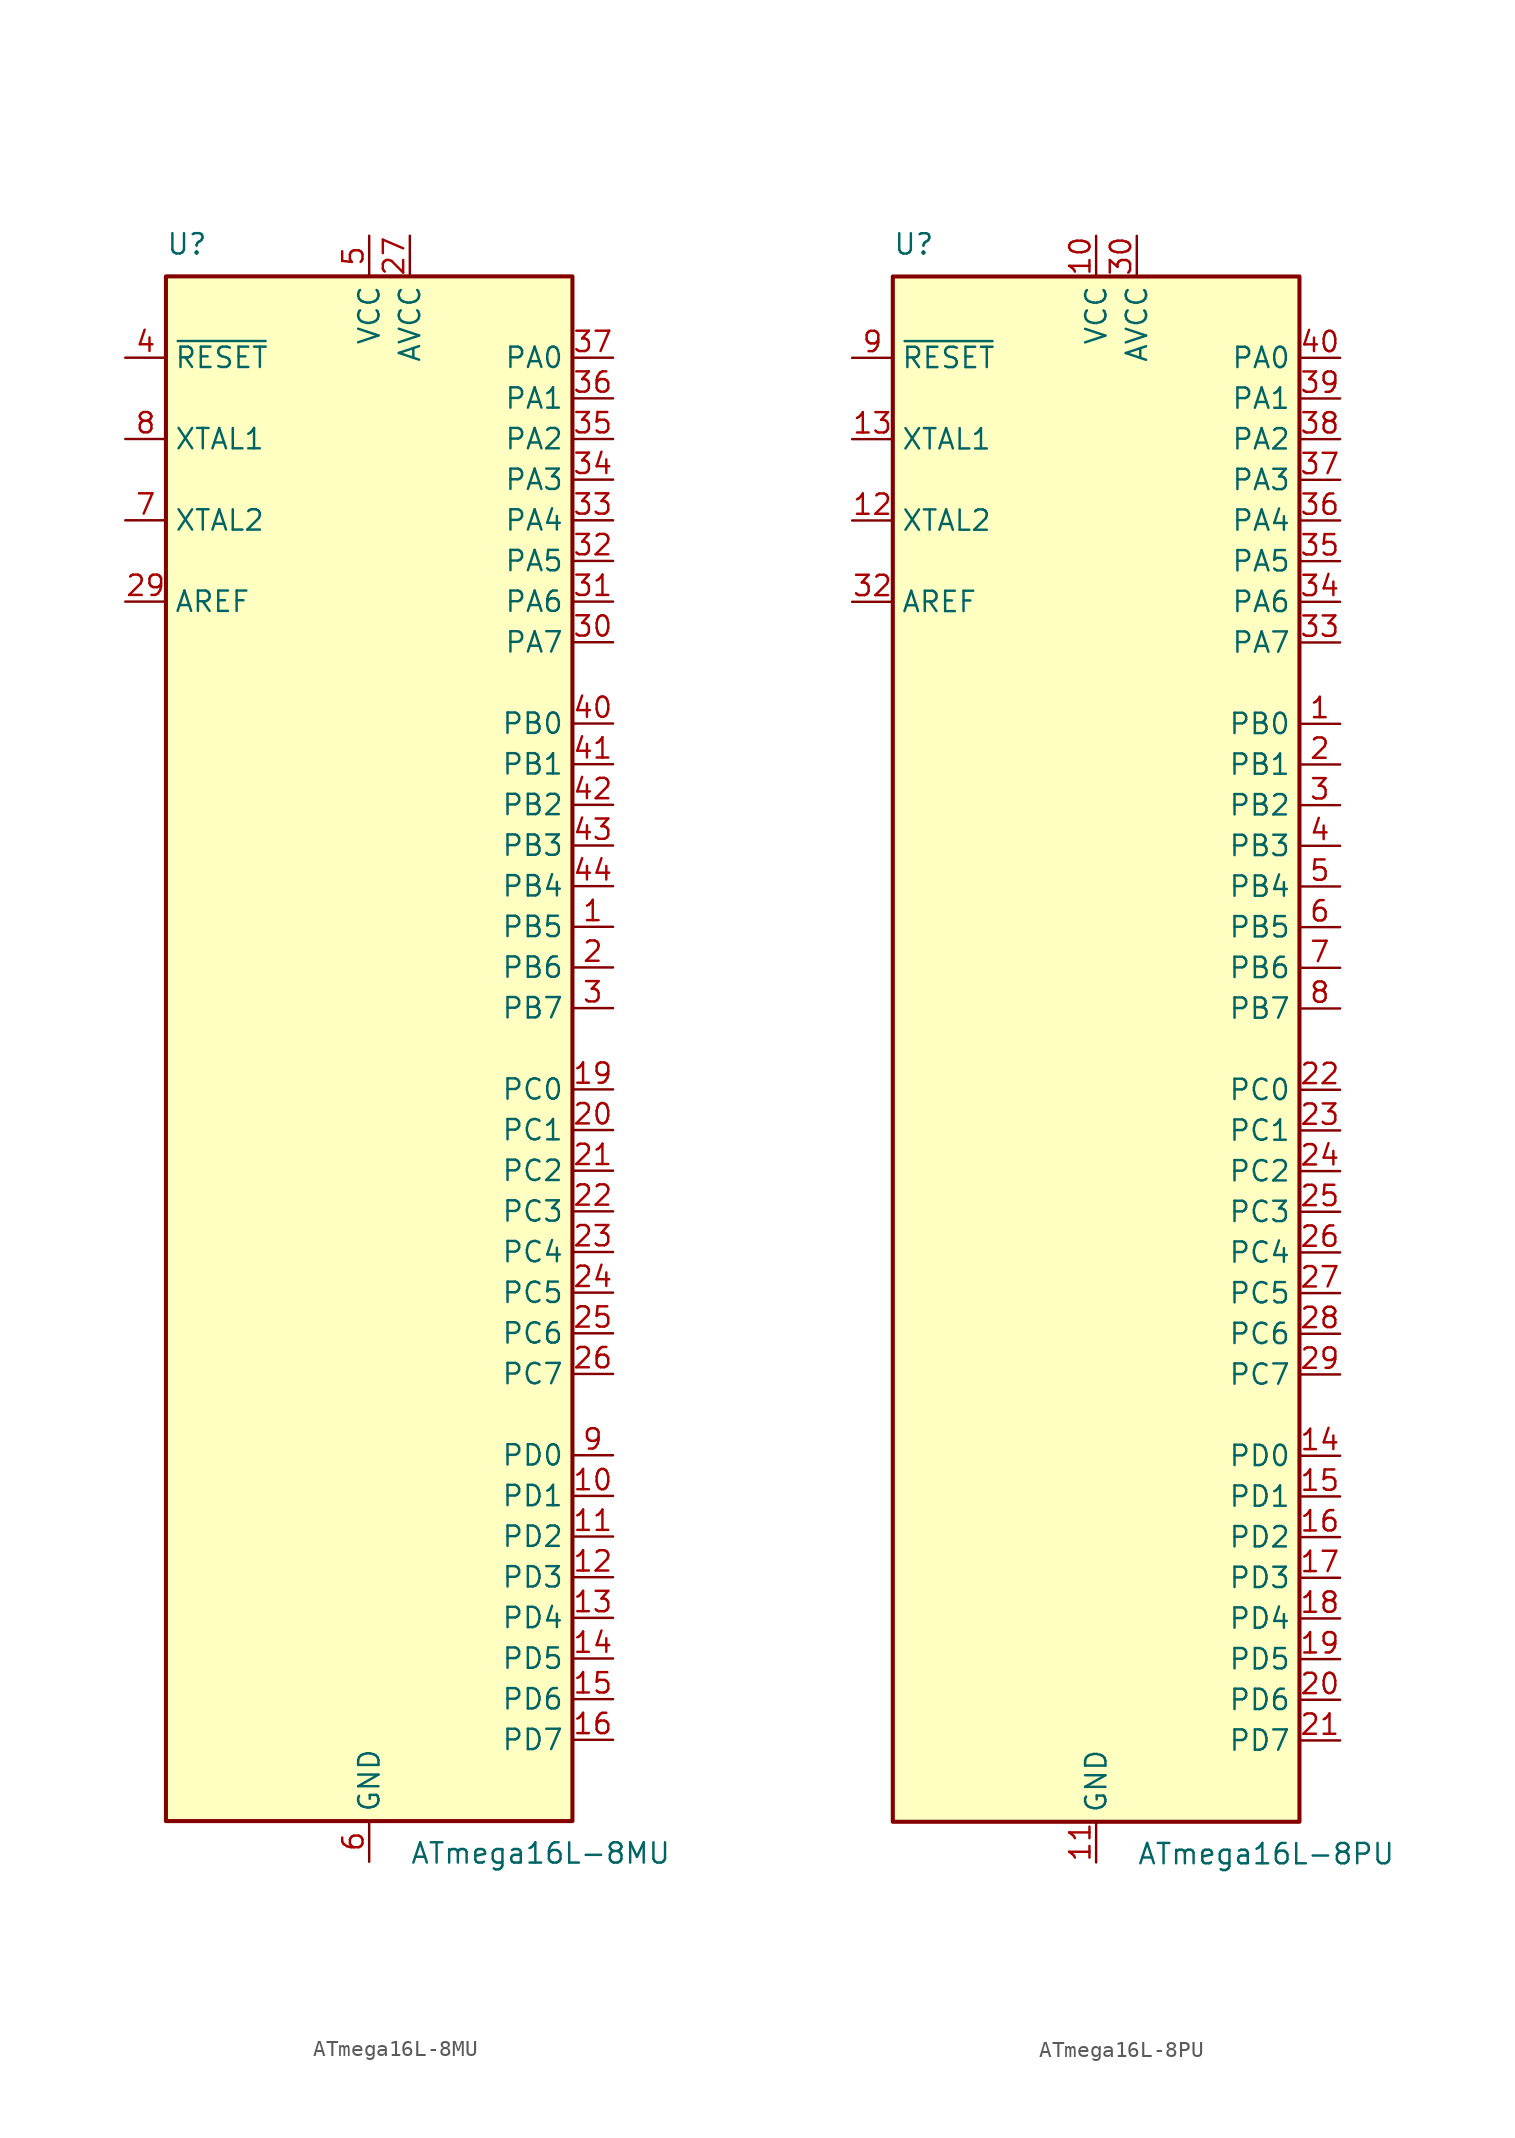
<source format=kicad_sym>
(kicad_symbol_lib
  (version 20211014)
  (generator kicad_symbol_editor)
  (symbol "ATmega16L-8MU"
    (property "Reference" "U"
      (at -12.7 49.53 0)
      (effects (font (size 1.27 1.27)) (justify left bottom)))
    (property "Value" "ATmega16L-8MU"
      (at 2.54 -49.53 0)
      (effects (font (size 1.27 1.27)) (justify left top)))
    (symbol "ATmega16L-8MU_0_1"
      (rectangle (start -12.7 -48.26) (end 12.7 48.26) (stroke (width 0.254) (type default) (color 0 0 0 0)) (fill (type background))))
    (symbol "ATmega16L-8MU_1_1"
      (pin bidirectional line (at 15.24 7.62 180) (length 2.54) (name "PB5" (effects (font (size 1.27 1.27)))) (number "1" (effects (font (size 1.27 1.27)))))
      (pin bidirectional line (at 15.24 -27.94 180) (length 2.54) (name "PD1" (effects (font (size 1.27 1.27)))) (number "10" (effects (font (size 1.27 1.27)))))
      (pin bidirectional line (at 15.24 -30.48 180) (length 2.54) (name "PD2" (effects (font (size 1.27 1.27)))) (number "11" (effects (font (size 1.27 1.27)))))
      (pin bidirectional line (at 15.24 -33.02 180) (length 2.54) (name "PD3" (effects (font (size 1.27 1.27)))) (number "12" (effects (font (size 1.27 1.27)))))
      (pin bidirectional line (at 15.24 -35.56 180) (length 2.54) (name "PD4" (effects (font (size 1.27 1.27)))) (number "13" (effects (font (size 1.27 1.27)))))
      (pin bidirectional line (at 15.24 -38.1 180) (length 2.54) (name "PD5" (effects (font (size 1.27 1.27)))) (number "14" (effects (font (size 1.27 1.27)))))
      (pin bidirectional line (at 15.24 -40.64 180) (length 2.54) (name "PD6" (effects (font (size 1.27 1.27)))) (number "15" (effects (font (size 1.27 1.27)))))
      (pin bidirectional line (at 15.24 -43.18 180) (length 2.54) (name "PD7" (effects (font (size 1.27 1.27)))) (number "16" (effects (font (size 1.27 1.27)))))
      (pin passive line (at 0 50.8 270) (length 2.54) hide (name "VCC" (effects (font (size 1.27 1.27)))) (number "17" (effects (font (size 1.27 1.27)))))
      (pin passive line (at 0 -50.8 90) (length 2.54) hide (name "GND" (effects (font (size 1.27 1.27)))) (number "18" (effects (font (size 1.27 1.27)))))
      (pin bidirectional line (at 15.24 -2.54 180) (length 2.54) (name "PC0" (effects (font (size 1.27 1.27)))) (number "19" (effects (font (size 1.27 1.27)))))
      (pin bidirectional line (at 15.24 5.08 180) (length 2.54) (name "PB6" (effects (font (size 1.27 1.27)))) (number "2" (effects (font (size 1.27 1.27)))))
      (pin bidirectional line (at 15.24 -5.08 180) (length 2.54) (name "PC1" (effects (font (size 1.27 1.27)))) (number "20" (effects (font (size 1.27 1.27)))))
      (pin bidirectional line (at 15.24 -7.62 180) (length 2.54) (name "PC2" (effects (font (size 1.27 1.27)))) (number "21" (effects (font (size 1.27 1.27)))))
      (pin bidirectional line (at 15.24 -10.16 180) (length 2.54) (name "PC3" (effects (font (size 1.27 1.27)))) (number "22" (effects (font (size 1.27 1.27)))))
      (pin bidirectional line (at 15.24 -12.7 180) (length 2.54) (name "PC4" (effects (font (size 1.27 1.27)))) (number "23" (effects (font (size 1.27 1.27)))))
      (pin bidirectional line (at 15.24 -15.24 180) (length 2.54) (name "PC5" (effects (font (size 1.27 1.27)))) (number "24" (effects (font (size 1.27 1.27)))))
      (pin bidirectional line (at 15.24 -17.78 180) (length 2.54) (name "PC6" (effects (font (size 1.27 1.27)))) (number "25" (effects (font (size 1.27 1.27)))))
      (pin bidirectional line (at 15.24 -20.32 180) (length 2.54) (name "PC7" (effects (font (size 1.27 1.27)))) (number "26" (effects (font (size 1.27 1.27)))))
      (pin power_in line (at 2.54 50.8 270) (length 2.54) (name "AVCC" (effects (font (size 1.27 1.27)))) (number "27" (effects (font (size 1.27 1.27)))))
      (pin passive line (at 0 -50.8 90) (length 2.54) hide (name "GND" (effects (font (size 1.27 1.27)))) (number "28" (effects (font (size 1.27 1.27)))))
      (pin passive line (at -15.24 27.94 0) (length 2.54) (name "AREF" (effects (font (size 1.27 1.27)))) (number "29" (effects (font (size 1.27 1.27)))))
      (pin bidirectional line (at 15.24 2.54 180) (length 2.54) (name "PB7" (effects (font (size 1.27 1.27)))) (number "3" (effects (font (size 1.27 1.27)))))
      (pin bidirectional line (at 15.24 25.4 180) (length 2.54) (name "PA7" (effects (font (size 1.27 1.27)))) (number "30" (effects (font (size 1.27 1.27)))))
      (pin bidirectional line (at 15.24 27.94 180) (length 2.54) (name "PA6" (effects (font (size 1.27 1.27)))) (number "31" (effects (font (size 1.27 1.27)))))
      (pin bidirectional line (at 15.24 30.48 180) (length 2.54) (name "PA5" (effects (font (size 1.27 1.27)))) (number "32" (effects (font (size 1.27 1.27)))))
      (pin bidirectional line (at 15.24 33.02 180) (length 2.54) (name "PA4" (effects (font (size 1.27 1.27)))) (number "33" (effects (font (size 1.27 1.27)))))
      (pin bidirectional line (at 15.24 35.56 180) (length 2.54) (name "PA3" (effects (font (size 1.27 1.27)))) (number "34" (effects (font (size 1.27 1.27)))))
      (pin bidirectional line (at 15.24 38.1 180) (length 2.54) (name "PA2" (effects (font (size 1.27 1.27)))) (number "35" (effects (font (size 1.27 1.27)))))
      (pin bidirectional line (at 15.24 40.64 180) (length 2.54) (name "PA1" (effects (font (size 1.27 1.27)))) (number "36" (effects (font (size 1.27 1.27)))))
      (pin bidirectional line (at 15.24 43.18 180) (length 2.54) (name "PA0" (effects (font (size 1.27 1.27)))) (number "37" (effects (font (size 1.27 1.27)))))
      (pin passive line (at 0 50.8 270) (length 2.54) hide (name "VCC" (effects (font (size 1.27 1.27)))) (number "38" (effects (font (size 1.27 1.27)))))
      (pin passive line (at 0 -50.8 90) (length 2.54) hide (name "GND" (effects (font (size 1.27 1.27)))) (number "39" (effects (font (size 1.27 1.27)))))
      (pin input line (at -15.24 43.18 0) (length 2.54) (name "~{RESET}" (effects (font (size 1.27 1.27)))) (number "4" (effects (font (size 1.27 1.27)))))
      (pin bidirectional line (at 15.24 20.32 180) (length 2.54) (name "PB0" (effects (font (size 1.27 1.27)))) (number "40" (effects (font (size 1.27 1.27)))))
      (pin bidirectional line (at 15.24 17.78 180) (length 2.54) (name "PB1" (effects (font (size 1.27 1.27)))) (number "41" (effects (font (size 1.27 1.27)))))
      (pin bidirectional line (at 15.24 15.24 180) (length 2.54) (name "PB2" (effects (font (size 1.27 1.27)))) (number "42" (effects (font (size 1.27 1.27)))))
      (pin bidirectional line (at 15.24 12.7 180) (length 2.54) (name "PB3" (effects (font (size 1.27 1.27)))) (number "43" (effects (font (size 1.27 1.27)))))
      (pin bidirectional line (at 15.24 10.16 180) (length 2.54) (name "PB4" (effects (font (size 1.27 1.27)))) (number "44" (effects (font (size 1.27 1.27)))))
      (pin passive line (at 0 -50.8 90) (length 2.54) hide (name "GND" (effects (font (size 1.27 1.27)))) (number "45" (effects (font (size 1.27 1.27)))))
      (pin power_in line (at 0 50.8 270) (length 2.54) (name "VCC" (effects (font (size 1.27 1.27)))) (number "5" (effects (font (size 1.27 1.27)))))
      (pin power_in line (at 0 -50.8 90) (length 2.54) (name "GND" (effects (font (size 1.27 1.27)))) (number "6" (effects (font (size 1.27 1.27)))))
      (pin output line (at -15.24 33.02 0) (length 2.54) (name "XTAL2" (effects (font (size 1.27 1.27)))) (number "7" (effects (font (size 1.27 1.27)))))
      (pin input line (at -15.24 38.1 0) (length 2.54) (name "XTAL1" (effects (font (size 1.27 1.27)))) (number "8" (effects (font (size 1.27 1.27)))))
      (pin bidirectional line (at 15.24 -25.4 180) (length 2.54) (name "PD0" (effects (font (size 1.27 1.27)))) (number "9" (effects (font (size 1.27 1.27)))))))
  (symbol "ATmega16L-8PU"
    (property "Reference" "U"
      (at -12.7 49.53 0)
      (effects (font (size 1.27 1.27)) (justify left bottom)))
    (property "Value" "ATmega16L-8PU"
      (at 2.54 -49.53 0)
      (effects (font (size 1.27 1.27)) (justify left top)))
    (symbol "ATmega16L-8PU_0_1"
      (rectangle (start -12.7 -48.26) (end 12.7 48.26) (stroke (width 0.254) (type default) (color 0 0 0 0)) (fill (type background))))
    (symbol "ATmega16L-8PU_1_1"
      (pin bidirectional line (at 15.24 20.32 180) (length 2.54) (name "PB0" (effects (font (size 1.27 1.27)))) (number "1" (effects (font (size 1.27 1.27)))))
      (pin power_in line (at 0 50.8 270) (length 2.54) (name "VCC" (effects (font (size 1.27 1.27)))) (number "10" (effects (font (size 1.27 1.27)))))
      (pin power_in line (at 0 -50.8 90) (length 2.54) (name "GND" (effects (font (size 1.27 1.27)))) (number "11" (effects (font (size 1.27 1.27)))))
      (pin output line (at -15.24 33.02 0) (length 2.54) (name "XTAL2" (effects (font (size 1.27 1.27)))) (number "12" (effects (font (size 1.27 1.27)))))
      (pin input line (at -15.24 38.1 0) (length 2.54) (name "XTAL1" (effects (font (size 1.27 1.27)))) (number "13" (effects (font (size 1.27 1.27)))))
      (pin bidirectional line (at 15.24 -25.4 180) (length 2.54) (name "PD0" (effects (font (size 1.27 1.27)))) (number "14" (effects (font (size 1.27 1.27)))))
      (pin bidirectional line (at 15.24 -27.94 180) (length 2.54) (name "PD1" (effects (font (size 1.27 1.27)))) (number "15" (effects (font (size 1.27 1.27)))))
      (pin bidirectional line (at 15.24 -30.48 180) (length 2.54) (name "PD2" (effects (font (size 1.27 1.27)))) (number "16" (effects (font (size 1.27 1.27)))))
      (pin bidirectional line (at 15.24 -33.02 180) (length 2.54) (name "PD3" (effects (font (size 1.27 1.27)))) (number "17" (effects (font (size 1.27 1.27)))))
      (pin bidirectional line (at 15.24 -35.56 180) (length 2.54) (name "PD4" (effects (font (size 1.27 1.27)))) (number "18" (effects (font (size 1.27 1.27)))))
      (pin bidirectional line (at 15.24 -38.1 180) (length 2.54) (name "PD5" (effects (font (size 1.27 1.27)))) (number "19" (effects (font (size 1.27 1.27)))))
      (pin bidirectional line (at 15.24 17.78 180) (length 2.54) (name "PB1" (effects (font (size 1.27 1.27)))) (number "2" (effects (font (size 1.27 1.27)))))
      (pin bidirectional line (at 15.24 -40.64 180) (length 2.54) (name "PD6" (effects (font (size 1.27 1.27)))) (number "20" (effects (font (size 1.27 1.27)))))
      (pin bidirectional line (at 15.24 -43.18 180) (length 2.54) (name "PD7" (effects (font (size 1.27 1.27)))) (number "21" (effects (font (size 1.27 1.27)))))
      (pin bidirectional line (at 15.24 -2.54 180) (length 2.54) (name "PC0" (effects (font (size 1.27 1.27)))) (number "22" (effects (font (size 1.27 1.27)))))
      (pin bidirectional line (at 15.24 -5.08 180) (length 2.54) (name "PC1" (effects (font (size 1.27 1.27)))) (number "23" (effects (font (size 1.27 1.27)))))
      (pin bidirectional line (at 15.24 -7.62 180) (length 2.54) (name "PC2" (effects (font (size 1.27 1.27)))) (number "24" (effects (font (size 1.27 1.27)))))
      (pin bidirectional line (at 15.24 -10.16 180) (length 2.54) (name "PC3" (effects (font (size 1.27 1.27)))) (number "25" (effects (font (size 1.27 1.27)))))
      (pin bidirectional line (at 15.24 -12.7 180) (length 2.54) (name "PC4" (effects (font (size 1.27 1.27)))) (number "26" (effects (font (size 1.27 1.27)))))
      (pin bidirectional line (at 15.24 -15.24 180) (length 2.54) (name "PC5" (effects (font (size 1.27 1.27)))) (number "27" (effects (font (size 1.27 1.27)))))
      (pin bidirectional line (at 15.24 -17.78 180) (length 2.54) (name "PC6" (effects (font (size 1.27 1.27)))) (number "28" (effects (font (size 1.27 1.27)))))
      (pin bidirectional line (at 15.24 -20.32 180) (length 2.54) (name "PC7" (effects (font (size 1.27 1.27)))) (number "29" (effects (font (size 1.27 1.27)))))
      (pin bidirectional line (at 15.24 15.24 180) (length 2.54) (name "PB2" (effects (font (size 1.27 1.27)))) (number "3" (effects (font (size 1.27 1.27)))))
      (pin power_in line (at 2.54 50.8 270) (length 2.54) (name "AVCC" (effects (font (size 1.27 1.27)))) (number "30" (effects (font (size 1.27 1.27)))))
      (pin passive line (at 0 -50.8 90) (length 2.54) hide (name "GND" (effects (font (size 1.27 1.27)))) (number "31" (effects (font (size 1.27 1.27)))))
      (pin passive line (at -15.24 27.94 0) (length 2.54) (name "AREF" (effects (font (size 1.27 1.27)))) (number "32" (effects (font (size 1.27 1.27)))))
      (pin bidirectional line (at 15.24 25.4 180) (length 2.54) (name "PA7" (effects (font (size 1.27 1.27)))) (number "33" (effects (font (size 1.27 1.27)))))
      (pin bidirectional line (at 15.24 27.94 180) (length 2.54) (name "PA6" (effects (font (size 1.27 1.27)))) (number "34" (effects (font (size 1.27 1.27)))))
      (pin bidirectional line (at 15.24 30.48 180) (length 2.54) (name "PA5" (effects (font (size 1.27 1.27)))) (number "35" (effects (font (size 1.27 1.27)))))
      (pin bidirectional line (at 15.24 33.02 180) (length 2.54) (name "PA4" (effects (font (size 1.27 1.27)))) (number "36" (effects (font (size 1.27 1.27)))))
      (pin bidirectional line (at 15.24 35.56 180) (length 2.54) (name "PA3" (effects (font (size 1.27 1.27)))) (number "37" (effects (font (size 1.27 1.27)))))
      (pin bidirectional line (at 15.24 38.1 180) (length 2.54) (name "PA2" (effects (font (size 1.27 1.27)))) (number "38" (effects (font (size 1.27 1.27)))))
      (pin bidirectional line (at 15.24 40.64 180) (length 2.54) (name "PA1" (effects (font (size 1.27 1.27)))) (number "39" (effects (font (size 1.27 1.27)))))
      (pin bidirectional line (at 15.24 12.7 180) (length 2.54) (name "PB3" (effects (font (size 1.27 1.27)))) (number "4" (effects (font (size 1.27 1.27)))))
      (pin bidirectional line (at 15.24 43.18 180) (length 2.54) (name "PA0" (effects (font (size 1.27 1.27)))) (number "40" (effects (font (size 1.27 1.27)))))
      (pin bidirectional line (at 15.24 10.16 180) (length 2.54) (name "PB4" (effects (font (size 1.27 1.27)))) (number "5" (effects (font (size 1.27 1.27)))))
      (pin bidirectional line (at 15.24 7.62 180) (length 2.54) (name "PB5" (effects (font (size 1.27 1.27)))) (number "6" (effects (font (size 1.27 1.27)))))
      (pin bidirectional line (at 15.24 5.08 180) (length 2.54) (name "PB6" (effects (font (size 1.27 1.27)))) (number "7" (effects (font (size 1.27 1.27)))))
      (pin bidirectional line (at 15.24 2.54 180) (length 2.54) (name "PB7" (effects (font (size 1.27 1.27)))) (number "8" (effects (font (size 1.27 1.27)))))
      (pin input line (at -15.24 43.18 0) (length 2.54) (name "~{RESET}" (effects (font (size 1.27 1.27)))) (number "9" (effects (font (size 1.27 1.27))))))))
</source>
